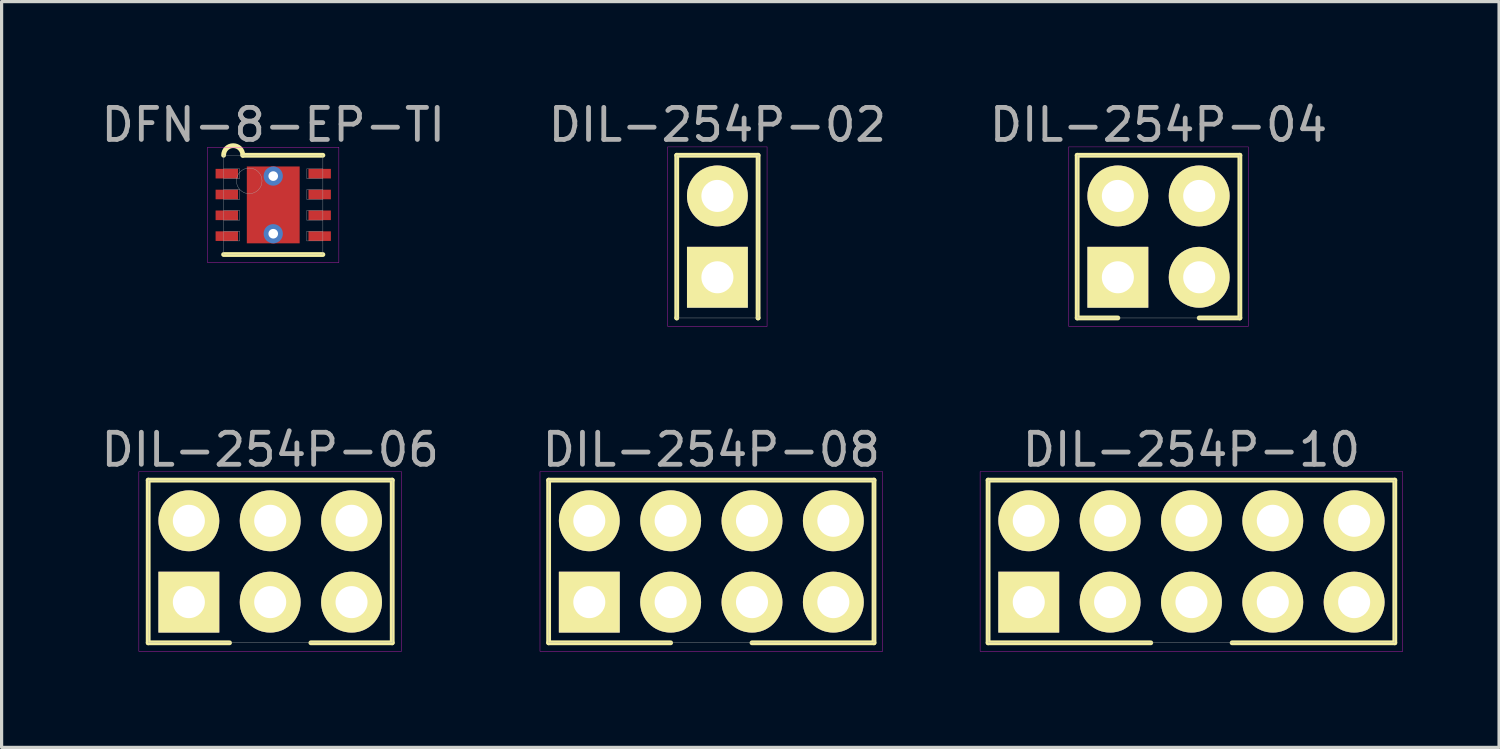
<source format=kicad_pcb>
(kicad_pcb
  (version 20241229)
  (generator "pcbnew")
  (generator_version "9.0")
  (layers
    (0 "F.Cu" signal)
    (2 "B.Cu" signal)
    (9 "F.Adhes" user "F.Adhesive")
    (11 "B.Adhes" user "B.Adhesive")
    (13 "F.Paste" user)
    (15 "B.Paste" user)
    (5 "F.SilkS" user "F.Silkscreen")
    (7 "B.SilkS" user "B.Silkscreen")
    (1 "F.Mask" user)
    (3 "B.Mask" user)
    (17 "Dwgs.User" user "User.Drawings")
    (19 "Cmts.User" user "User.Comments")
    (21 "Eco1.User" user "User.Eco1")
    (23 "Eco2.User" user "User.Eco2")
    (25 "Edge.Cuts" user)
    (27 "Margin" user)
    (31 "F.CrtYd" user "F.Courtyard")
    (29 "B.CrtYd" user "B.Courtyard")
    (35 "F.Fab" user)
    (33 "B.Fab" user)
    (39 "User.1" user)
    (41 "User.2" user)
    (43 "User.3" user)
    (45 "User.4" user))
  (footprint "DIL-254P-10"
    (layer "F.Cu")
    (at 34.153 14.482)
    (property "Reference" "DIL-254P-10" (at 0 -3.49 0) (layer "F.Fab") (effects (font (size 1 1) (thickness 0.15))))
    (attr through_hole)
    (fp_line (start -6.35 -2.54) (end 6.35 -2.54) (stroke (width 0.15) (type solid)) (layer "F.SilkS"))
    (fp_line (start -6.35 2.54) (end -6.35 -2.54) (stroke (width 0.15) (type solid)) (layer "F.SilkS"))
    (fp_line (start -1.27 2.54) (end -6.35 2.54) (stroke (width 0.15) (type solid)) (layer "F.SilkS"))
    (fp_line (start 6.35 -2.54) (end 6.35 2.54) (stroke (width 0.15) (type solid)) (layer "F.SilkS"))
    (fp_line (start 6.35 2.54) (end 1.27 2.54) (stroke (width 0.15) (type solid)) (layer "F.SilkS"))
    (fp_line (start -6.6 -2.8) (end 6.6 -2.8) (stroke (width 0.01) (type solid)) (layer "F.CrtYd"))
    (fp_line (start -6.6 2.8) (end -6.6 -2.8) (stroke (width 0.01) (type solid)) (layer "F.CrtYd"))
    (fp_line (start 6.6 -2.8) (end 6.6 2.8) (stroke (width 0.01) (type solid)) (layer "F.CrtYd"))
    (fp_line (start 6.6 2.8) (end -6.6 2.8) (stroke (width 0.01) (type solid)) (layer "F.CrtYd"))
    (fp_line (start -6.35 -2.54) (end 6.35 -2.54) (stroke (width 0.01) (type solid)) (layer "F.Fab"))
    (fp_line (start -6.35 2.54) (end -6.35 -2.54) (stroke (width 0.01) (type solid)) (layer "F.Fab"))
    (fp_line (start 6.35 -2.54) (end 6.35 2.54) (stroke (width 0.01) (type solid)) (layer "F.Fab"))
    (fp_line (start 6.35 2.54) (end -6.35 2.54) (stroke (width 0.01) (type solid)) (layer "F.Fab"))
    (pad "1" thru_hole rect (at -5.08 1.27) (size 1.9 1.9) (drill 1) (layers "*.Cu" "*.Mask" "F.SilkS"))
    (pad "2" thru_hole circle (at -5.08 -1.27) (size 1.9 1.9) (drill 1) (layers "*.Cu" "*.Mask" "F.SilkS"))
    (pad "3" thru_hole circle (at -2.54 1.27) (size 1.9 1.9) (drill 1) (layers "*.Cu" "*.Mask" "F.SilkS"))
    (pad "4" thru_hole circle (at -2.54 -1.27) (size 1.9 1.9) (drill 1) (layers "*.Cu" "*.Mask" "F.SilkS"))
    (pad "5" thru_hole circle (at 0 1.27) (size 1.9 1.9) (drill 1) (layers "*.Cu" "*.Mask" "F.SilkS"))
    (pad "6" thru_hole circle (at 0 -1.27) (size 1.9 1.9) (drill 1) (layers "*.Cu" "*.Mask" "F.SilkS"))
    (pad "7" thru_hole circle (at 2.54 1.27) (size 1.9 1.9) (drill 1) (layers "*.Cu" "*.Mask" "F.SilkS"))
    (pad "8" thru_hole circle (at 2.54 -1.27) (size 1.9 1.9) (drill 1) (layers "*.Cu" "*.Mask" "F.SilkS"))
    (pad "9" thru_hole circle (at 5.08 1.27) (size 1.9 1.9) (drill 1) (layers "*.Cu" "*.Mask" "F.SilkS"))
    (pad "10" thru_hole circle (at 5.08 -1.27) (size 1.9 1.9) (drill 1) (layers "*.Cu" "*.Mask" "F.SilkS")))
  (footprint "DIL-254P-08"
    (layer "F.Cu")
    (at 19.161 14.482)
    (property "Reference" "DIL-254P-08" (at 0 -3.49 0) (layer "F.Fab") (effects (font (size 1 1) (thickness 0.15))))
    (attr through_hole)
    (fp_line (start -5.08 -2.54) (end 5.08 -2.54) (stroke (width 0.15) (type solid)) (layer "F.SilkS"))
    (fp_line (start -5.08 2.54) (end -5.08 -2.54) (stroke (width 0.15) (type solid)) (layer "F.SilkS"))
    (fp_line (start -1.27 2.54) (end -5.08 2.54) (stroke (width 0.15) (type solid)) (layer "F.SilkS"))
    (fp_line (start 5.08 -2.54) (end 5.08 2.54) (stroke (width 0.15) (type solid)) (layer "F.SilkS"))
    (fp_line (start 5.08 2.54) (end 1.27 2.54) (stroke (width 0.15) (type solid)) (layer "F.SilkS"))
    (fp_line (start -5.35 -2.8) (end 5.35 -2.8) (stroke (width 0.01) (type solid)) (layer "F.CrtYd"))
    (fp_line (start -5.35 2.8) (end -5.35 -2.8) (stroke (width 0.01) (type solid)) (layer "F.CrtYd"))
    (fp_line (start 5.35 -2.8) (end 5.35 2.8) (stroke (width 0.01) (type solid)) (layer "F.CrtYd"))
    (fp_line (start 5.35 2.8) (end -5.35 2.8) (stroke (width 0.01) (type solid)) (layer "F.CrtYd"))
    (fp_line (start -5.08 -2.54) (end 5.08 -2.54) (stroke (width 0.01) (type solid)) (layer "F.Fab"))
    (fp_line (start -5.08 2.54) (end -5.08 -2.54) (stroke (width 0.01) (type solid)) (layer "F.Fab"))
    (fp_line (start 5.08 -2.54) (end 5.08 2.54) (stroke (width 0.01) (type solid)) (layer "F.Fab"))
    (fp_line (start 5.08 2.54) (end -5.08 2.54) (stroke (width 0.01) (type solid)) (layer "F.Fab"))
    (pad "1" thru_hole rect (at -3.81 1.27) (size 1.9 1.9) (drill 1) (layers "*.Cu" "*.Mask" "F.SilkS"))
    (pad "2" thru_hole circle (at -3.81 -1.27) (size 1.9 1.9) (drill 1) (layers "*.Cu" "*.Mask" "F.SilkS"))
    (pad "3" thru_hole circle (at -1.27 1.27) (size 1.9 1.9) (drill 1) (layers "*.Cu" "*.Mask" "F.SilkS"))
    (pad "4" thru_hole circle (at -1.27 -1.27) (size 1.9 1.9) (drill 1) (layers "*.Cu" "*.Mask" "F.SilkS"))
    (pad "5" thru_hole circle (at 1.27 1.27) (size 1.9 1.9) (drill 1) (layers "*.Cu" "*.Mask" "F.SilkS"))
    (pad "6" thru_hole circle (at 1.27 -1.27) (size 1.9 1.9) (drill 1) (layers "*.Cu" "*.Mask" "F.SilkS"))
    (pad "7" thru_hole circle (at 3.81 1.27) (size 1.9 1.9) (drill 1) (layers "*.Cu" "*.Mask" "F.SilkS"))
    (pad "8" thru_hole circle (at 3.81 -1.27) (size 1.9 1.9) (drill 1) (layers "*.Cu" "*.Mask" "F.SilkS")))
  (footprint "DIL-254P-02"
    (layer "F.Cu")
    (at 19.351 4.338)
    (property "Reference" "DIL-254P-02" (at 0 -3.49 0) (layer "F.Fab") (effects (font (size 1 1) (thickness 0.15))))
    (attr through_hole)
    (fp_line (start -1.27 -2.54) (end 1.27 -2.54) (stroke (width 0.15) (type solid)) (layer "F.SilkS"))
    (fp_line (start -1.27 2.54) (end -1.27 -2.54) (stroke (width 0.15) (type solid)) (layer "F.SilkS"))
    (fp_line (start -1.27 2.54) (end -1.27 2.54) (stroke (width 0.15) (type solid)) (layer "F.SilkS"))
    (fp_line (start 1.27 -2.54) (end 1.27 2.54) (stroke (width 0.15) (type solid)) (layer "F.SilkS"))
    (fp_line (start 1.27 2.54) (end 1.27 2.54) (stroke (width 0.15) (type solid)) (layer "F.SilkS"))
    (fp_line (start -1.55 -2.8) (end 1.55 -2.8) (stroke (width 0.01) (type solid)) (layer "F.CrtYd"))
    (fp_line (start -1.55 2.8) (end -1.55 -2.8) (stroke (width 0.01) (type solid)) (layer "F.CrtYd"))
    (fp_line (start 1.55 -2.8) (end 1.55 2.8) (stroke (width 0.01) (type solid)) (layer "F.CrtYd"))
    (fp_line (start 1.55 2.8) (end -1.55 2.8) (stroke (width 0.01) (type solid)) (layer "F.CrtYd"))
    (fp_line (start -1.27 -2.54) (end 1.27 -2.54) (stroke (width 0.01) (type solid)) (layer "F.Fab"))
    (fp_line (start -1.27 2.54) (end -1.27 -2.54) (stroke (width 0.01) (type solid)) (layer "F.Fab"))
    (fp_line (start 1.27 -2.54) (end 1.27 2.54) (stroke (width 0.01) (type solid)) (layer "F.Fab"))
    (fp_line (start 1.27 2.54) (end -1.27 2.54) (stroke (width 0.01) (type solid)) (layer "F.Fab"))
    (pad "1" thru_hole rect (at 0 1.27) (size 1.9 1.9) (drill 1) (layers "*.Cu" "*.Mask" "F.SilkS"))
    (pad "2" thru_hole circle (at 0 -1.27) (size 1.9 1.9) (drill 1) (layers "*.Cu" "*.Mask" "F.SilkS")))
  (footprint "DIL-254P-06"
    (layer "F.Cu")
    (at 5.387 14.482)
    (property "Reference" "DIL-254P-06" (at 0 -3.49 0) (layer "F.Fab") (effects (font (size 1 1) (thickness 0.15))))
    (attr through_hole)
    (fp_line (start -3.81 -2.54) (end 3.81 -2.54) (stroke (width 0.15) (type solid)) (layer "F.SilkS"))
    (fp_line (start -3.81 2.54) (end -3.81 -2.54) (stroke (width 0.15) (type solid)) (layer "F.SilkS"))
    (fp_line (start -1.27 2.54) (end -3.81 2.54) (stroke (width 0.15) (type solid)) (layer "F.SilkS"))
    (fp_line (start 3.81 -2.54) (end 3.81 2.54) (stroke (width 0.15) (type solid)) (layer "F.SilkS"))
    (fp_line (start 3.81 2.54) (end 1.27 2.54) (stroke (width 0.15) (type solid)) (layer "F.SilkS"))
    (fp_line (start -4.1 -2.8) (end 4.1 -2.8) (stroke (width 0.01) (type solid)) (layer "F.CrtYd"))
    (fp_line (start -4.1 2.8) (end -4.1 -2.8) (stroke (width 0.01) (type solid)) (layer "F.CrtYd"))
    (fp_line (start 4.1 -2.8) (end 4.1 2.8) (stroke (width 0.01) (type solid)) (layer "F.CrtYd"))
    (fp_line (start 4.1 2.8) (end -4.1 2.8) (stroke (width 0.01) (type solid)) (layer "F.CrtYd"))
    (fp_line (start -3.81 -2.54) (end 3.81 -2.54) (stroke (width 0.01) (type solid)) (layer "F.Fab"))
    (fp_line (start -3.81 2.54) (end -3.81 -2.54) (stroke (width 0.01) (type solid)) (layer "F.Fab"))
    (fp_line (start 3.81 -2.54) (end 3.81 2.54) (stroke (width 0.01) (type solid)) (layer "F.Fab"))
    (fp_line (start 3.81 2.54) (end -3.81 2.54) (stroke (width 0.01) (type solid)) (layer "F.Fab"))
    (pad "1" thru_hole rect (at -2.54 1.27) (size 1.9 1.9) (drill 1) (layers "*.Cu" "*.Mask" "F.SilkS"))
    (pad "2" thru_hole circle (at -2.54 -1.27) (size 1.9 1.9) (drill 1) (layers "*.Cu" "*.Mask" "F.SilkS"))
    (pad "3" thru_hole circle (at 0 1.27) (size 1.9 1.9) (drill 1) (layers "*.Cu" "*.Mask" "F.SilkS"))
    (pad "4" thru_hole circle (at 0 -1.27) (size 1.9 1.9) (drill 1) (layers "*.Cu" "*.Mask" "F.SilkS"))
    (pad "5" thru_hole circle (at 2.54 1.27) (size 1.9 1.9) (drill 1) (layers "*.Cu" "*.Mask" "F.SilkS"))
    (pad "6" thru_hole circle (at 2.54 -1.27) (size 1.9 1.9) (drill 1) (layers "*.Cu" "*.Mask" "F.SilkS")))
  (footprint "DFN-8-EP-TI"
    (layer "F.Cu")
    (at 5.482 3.348)
    (property "Reference" "DFN-8-EP-TI" (at 0 -2.5 0) (layer "F.Fab") (effects (font (size 1 1) (thickness 0.15))))
    (attr through_hole)
    (fp_line (start -1.55 1.55) (end 1.55 1.55) (stroke (width 0.15) (type solid)) (layer "F.SilkS"))
    (fp_line (start -0.95 -1.55) (end 1.55 -1.55) (stroke (width 0.15) (type solid)) (layer "F.SilkS"))
    (fp_arc (start -1.55 -1.55) (mid -1.25 -1.85) (end -0.95 -1.55) (stroke (width 0.15) (type solid)) (layer "F.SilkS"))
    (fp_line (start -2.05 -1.8) (end 2.05 -1.8) (stroke (width 0.01) (type solid)) (layer "F.CrtYd"))
    (fp_line (start -2.05 1.8) (end -2.05 -1.8) (stroke (width 0.01) (type solid)) (layer "F.CrtYd"))
    (fp_line (start 2.05 -1.8) (end 2.05 1.8) (stroke (width 0.01) (type solid)) (layer "F.CrtYd"))
    (fp_line (start 2.05 1.8) (end -2.05 1.8) (stroke (width 0.01) (type solid)) (layer "F.CrtYd"))
    (fp_line (start -1.55 -1.55) (end 1.55 -1.55) (stroke (width 0.01) (type solid)) (layer "F.Fab"))
    (fp_line (start -1.55 -0.825) (end -1.05 -0.825) (stroke (width 0.01) (type solid)) (layer "F.Fab"))
    (fp_line (start -1.55 -0.175) (end -1.05 -0.175) (stroke (width 0.01) (type solid)) (layer "F.Fab"))
    (fp_line (start -1.55 0.475) (end -1.05 0.475) (stroke (width 0.01) (type solid)) (layer "F.Fab"))
    (fp_line (start -1.55 1.125) (end -1.05 1.125) (stroke (width 0.01) (type solid)) (layer "F.Fab"))
    (fp_line (start -1.55 1.55) (end -1.55 -1.55) (stroke (width 0.01) (type solid)) (layer "F.Fab"))
    (fp_line (start -1.05 -1.125) (end -1.55 -1.125) (stroke (width 0.01) (type solid)) (layer "F.Fab"))
    (fp_line (start -1.05 -0.825) (end -1.05 -1.125) (stroke (width 0.01) (type solid)) (layer "F.Fab"))
    (fp_line (start -1.05 -0.475) (end -1.55 -0.475) (stroke (width 0.01) (type solid)) (layer "F.Fab"))
    (fp_line (start -1.05 -0.175) (end -1.05 -0.475) (stroke (width 0.01) (type solid)) (layer "F.Fab"))
    (fp_line (start -1.05 0.175) (end -1.55 0.175) (stroke (width 0.01) (type solid)) (layer "F.Fab"))
    (fp_line (start -1.05 0.475) (end -1.05 0.175) (stroke (width 0.01) (type solid)) (layer "F.Fab"))
    (fp_line (start -1.05 0.825) (end -1.55 0.825) (stroke (width 0.01) (type solid)) (layer "F.Fab"))
    (fp_line (start -1.05 1.125) (end -1.05 0.825) (stroke (width 0.01) (type solid)) (layer "F.Fab"))
    (fp_line (start 1.05 -1.125) (end 1.05 -0.825) (stroke (width 0.01) (type solid)) (layer "F.Fab"))
    (fp_line (start 1.05 -0.825) (end 1.55 -0.825) (stroke (width 0.01) (type solid)) (layer "F.Fab"))
    (fp_line (start 1.05 -0.475) (end 1.05 -0.175) (stroke (width 0.01) (type solid)) (layer "F.Fab"))
    (fp_line (start 1.05 -0.175) (end 1.55 -0.175) (stroke (width 0.01) (type solid)) (layer "F.Fab"))
    (fp_line (start 1.05 0.175) (end 1.05 0.475) (stroke (width 0.01) (type solid)) (layer "F.Fab"))
    (fp_line (start 1.05 0.475) (end 1.55 0.475) (stroke (width 0.01) (type solid)) (layer "F.Fab"))
    (fp_line (start 1.05 0.825) (end 1.05 1.125) (stroke (width 0.01) (type solid)) (layer "F.Fab"))
    (fp_line (start 1.05 1.125) (end 1.55 1.125) (stroke (width 0.01) (type solid)) (layer "F.Fab"))
    (fp_line (start 1.55 -1.55) (end 1.55 1.55) (stroke (width 0.01) (type solid)) (layer "F.Fab"))
    (fp_line (start 1.55 -1.125) (end 1.05 -1.125) (stroke (width 0.01) (type solid)) (layer "F.Fab"))
    (fp_line (start 1.55 -0.475) (end 1.05 -0.475) (stroke (width 0.01) (type solid)) (layer "F.Fab"))
    (fp_line (start 1.55 0.175) (end 1.05 0.175) (stroke (width 0.01) (type solid)) (layer "F.Fab"))
    (fp_line (start 1.55 0.825) (end 1.05 0.825) (stroke (width 0.01) (type solid)) (layer "F.Fab"))
    (fp_line (start 1.55 1.55) (end -1.55 1.55) (stroke (width 0.01) (type solid)) (layer "F.Fab"))
    (fp_circle (center -0.75 -0.75) (end -0.75 -0.35) (stroke (width 0.01) (type solid)) (fill no) (layer "F.Fab"))
    (pad "" smd rect (at 0 0) (size 1 1) (layers "F.Paste"))
    (pad "" smd rect (at 0 0) (size 1.5 1.4) (layers "F.Mask"))
    (pad "1" smd rect (at -1.45 -0.975) (size 0.7 0.3) (layers "F.Cu" "F.Mask" "F.Paste"))
    (pad "2" smd rect (at -1.45 -0.325) (size 0.7 0.3) (layers "F.Cu" "F.Mask" "F.Paste"))
    (pad "3" smd rect (at -1.45 0.325) (size 0.7 0.3) (layers "F.Cu" "F.Mask" "F.Paste"))
    (pad "4" smd rect (at -1.45 0.975) (size 0.7 0.3) (layers "F.Cu" "F.Mask" "F.Paste"))
    (pad "5" smd rect (at 1.45 0.975) (size 0.7 0.3) (layers "F.Cu" "F.Mask" "F.Paste"))
    (pad "6" smd rect (at 1.45 0.325) (size 0.7 0.3) (layers "F.Cu" "F.Mask" "F.Paste"))
    (pad "7" smd rect (at 1.45 -0.325) (size 0.7 0.3) (layers "F.Cu" "F.Mask" "F.Paste"))
    (pad "8" smd rect (at 1.45 -0.975) (size 0.7 0.3) (layers "F.Cu" "F.Mask" "F.Paste"))
    (pad "EP" thru_hole circle (at 0 -0.9) (size 0.6 0.6) (drill 0.3) (layers "*.Cu"))
    (pad "EP" smd rect (at 0 0) (size 1.65 2.4) (layers "F.Cu"))
    (pad "EP" thru_hole circle (at 0 0.9) (size 0.6 0.6) (drill 0.3) (layers "*.Cu")))
  (footprint "DIL-254P-04"
    (layer "F.Cu")
    (at 33.125 4.338)
    (property "Reference" "DIL-254P-04" (at 0 -3.49 0) (layer "F.Fab") (effects (font (size 1 1) (thickness 0.15))))
    (attr through_hole)
    (fp_line (start -2.54 -2.54) (end 2.54 -2.54) (stroke (width 0.15) (type solid)) (layer "F.SilkS"))
    (fp_line (start -2.54 2.54) (end -2.54 -2.54) (stroke (width 0.15) (type solid)) (layer "F.SilkS"))
    (fp_line (start -1.27 2.54) (end -2.54 2.54) (stroke (width 0.15) (type solid)) (layer "F.SilkS"))
    (fp_line (start 2.54 -2.54) (end 2.54 2.54) (stroke (width 0.15) (type solid)) (layer "F.SilkS"))
    (fp_line (start 2.54 2.54) (end 1.27 2.54) (stroke (width 0.15) (type solid)) (layer "F.SilkS"))
    (fp_line (start -2.8 -2.8) (end 2.8 -2.8) (stroke (width 0.01) (type solid)) (layer "F.CrtYd"))
    (fp_line (start -2.8 2.8) (end -2.8 -2.8) (stroke (width 0.01) (type solid)) (layer "F.CrtYd"))
    (fp_line (start 2.8 -2.8) (end 2.8 2.8) (stroke (width 0.01) (type solid)) (layer "F.CrtYd"))
    (fp_line (start 2.8 2.8) (end -2.8 2.8) (stroke (width 0.01) (type solid)) (layer "F.CrtYd"))
    (fp_line (start -2.54 -2.54) (end 2.54 -2.54) (stroke (width 0.01) (type solid)) (layer "F.Fab"))
    (fp_line (start -2.54 2.54) (end -2.54 -2.54) (stroke (width 0.01) (type solid)) (layer "F.Fab"))
    (fp_line (start 2.54 -2.54) (end 2.54 2.54) (stroke (width 0.01) (type solid)) (layer "F.Fab"))
    (fp_line (start 2.54 2.54) (end -2.54 2.54) (stroke (width 0.01) (type solid)) (layer "F.Fab"))
    (pad "1" thru_hole rect (at -1.27 1.27) (size 1.9 1.9) (drill 1) (layers "*.Cu" "*.Mask" "F.SilkS"))
    (pad "2" thru_hole circle (at -1.27 -1.27) (size 1.9 1.9) (drill 1) (layers "*.Cu" "*.Mask" "F.SilkS"))
    (pad "3" thru_hole circle (at 1.27 1.27) (size 1.9 1.9) (drill 1) (layers "*.Cu" "*.Mask" "F.SilkS"))
    (pad "4" thru_hole circle (at 1.27 -1.27) (size 1.9 1.9) (drill 1) (layers "*.Cu" "*.Mask" "F.SilkS")))
  (gr_rect
    (start -3 -3)
    (end 43.758 20.287)
    (stroke (width 0.1) (type default))
    (fill no)
    (layer "Edge.Cuts")))
</source>
